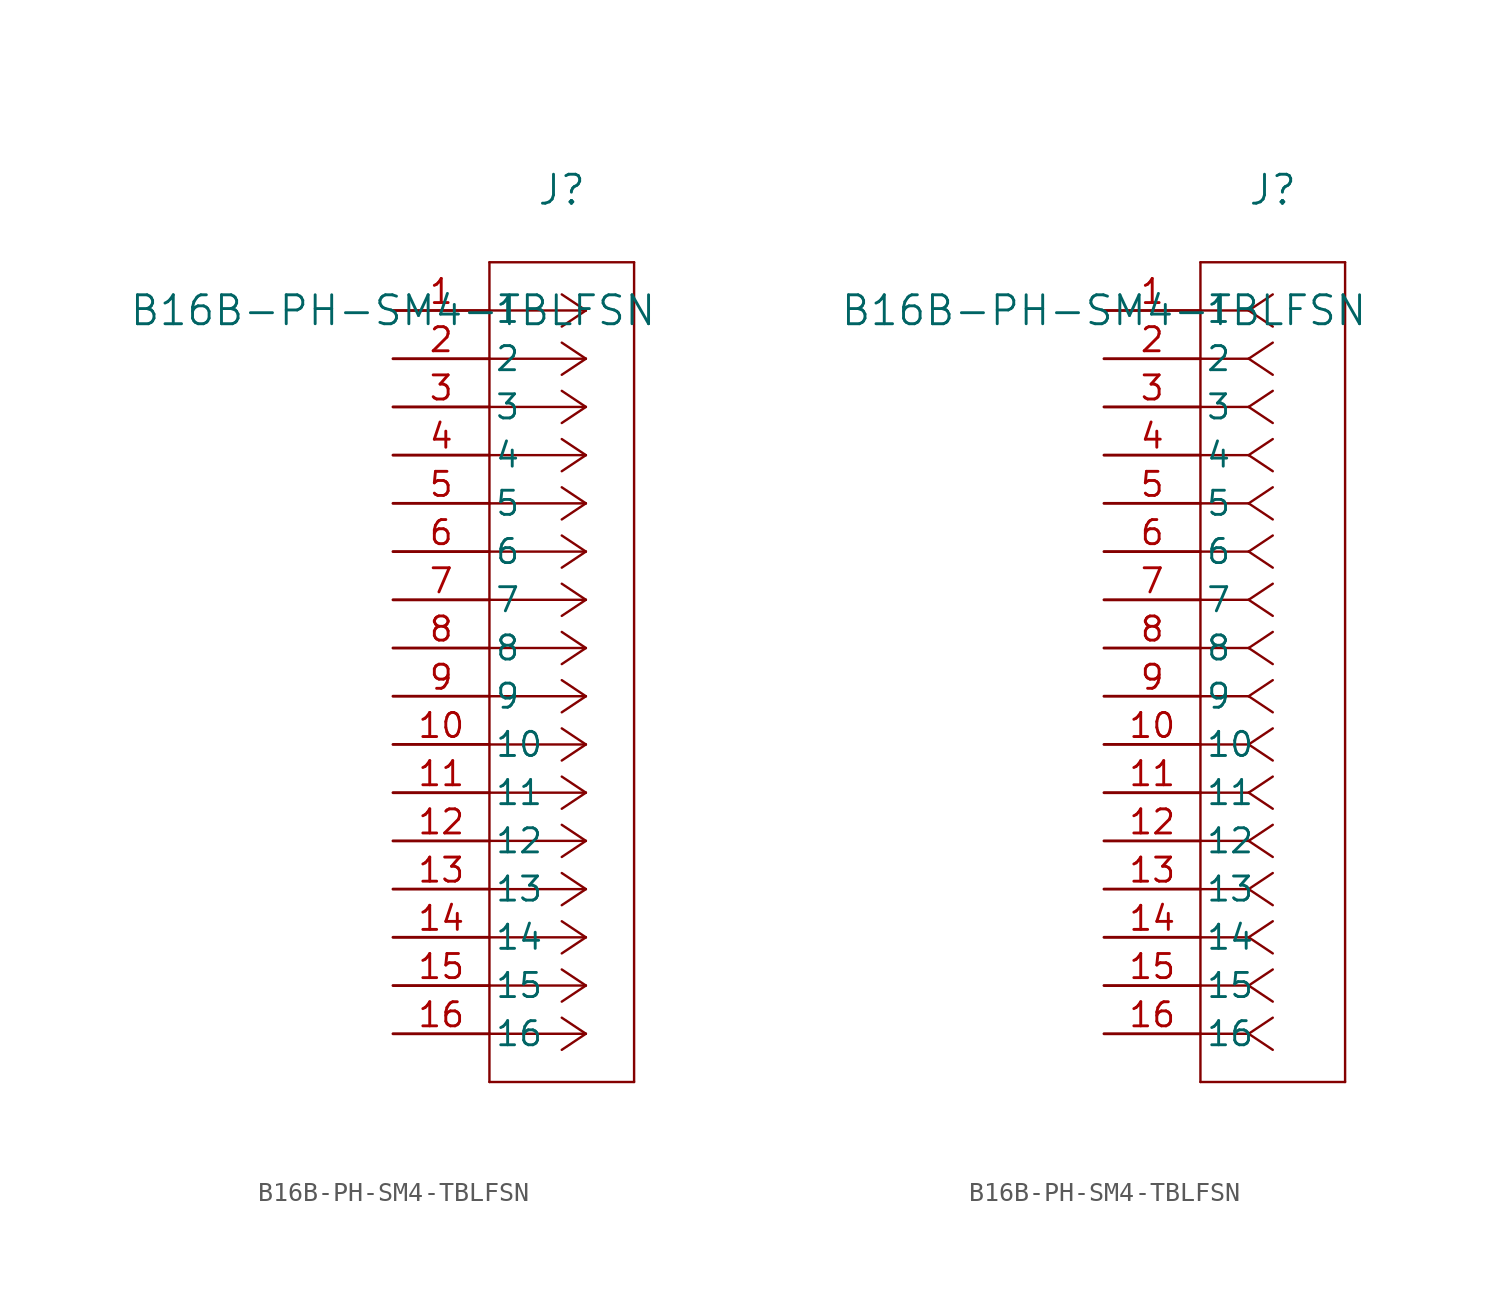
<source format=kicad_sym>
(kicad_symbol_lib
  (version 20211014)
  (generator kicad_symbol_editor)
  (symbol "B16B-PH-SM4-TBLFSN"
    (pin_names
      (offset 0.254))
    (property "Reference" "J"
      (at 8.89 6.35 0)
      (effects (font (size 1.524 1.524))))
    (property "Value" "B16B-PH-SM4-TBLFSN"
      (at 0 0 0)
      (effects (font (size 1.524 1.524))))
    (symbol "B16B-PH-SM4-TBLFSN_1_1"
      (polyline (pts (xy 10.16 0) (xy 5.08 0)) (stroke (width 0.127) (type default) (color 0 0 0 0)) (fill (type none)))
      (polyline (pts (xy 10.16 -2.54) (xy 5.08 -2.54)) (stroke (width 0.127) (type default) (color 0 0 0 0)) (fill (type none)))
      (polyline (pts (xy 10.16 -5.08) (xy 5.08 -5.08)) (stroke (width 0.127) (type default) (color 0 0 0 0)) (fill (type none)))
      (polyline (pts (xy 10.16 -7.62) (xy 5.08 -7.62)) (stroke (width 0.127) (type default) (color 0 0 0 0)) (fill (type none)))
      (polyline (pts (xy 10.16 -10.16) (xy 5.08 -10.16)) (stroke (width 0.127) (type default) (color 0 0 0 0)) (fill (type none)))
      (polyline (pts (xy 10.16 -12.7) (xy 5.08 -12.7)) (stroke (width 0.127) (type default) (color 0 0 0 0)) (fill (type none)))
      (polyline (pts (xy 10.16 -15.24) (xy 5.08 -15.24)) (stroke (width 0.127) (type default) (color 0 0 0 0)) (fill (type none)))
      (polyline (pts (xy 10.16 -17.78) (xy 5.08 -17.78)) (stroke (width 0.127) (type default) (color 0 0 0 0)) (fill (type none)))
      (polyline (pts (xy 10.16 -20.32) (xy 5.08 -20.32)) (stroke (width 0.127) (type default) (color 0 0 0 0)) (fill (type none)))
      (polyline (pts (xy 10.16 -22.86) (xy 5.08 -22.86)) (stroke (width 0.127) (type default) (color 0 0 0 0)) (fill (type none)))
      (polyline (pts (xy 10.16 -25.4) (xy 5.08 -25.4)) (stroke (width 0.127) (type default) (color 0 0 0 0)) (fill (type none)))
      (polyline (pts (xy 10.16 -27.94) (xy 5.08 -27.94)) (stroke (width 0.127) (type default) (color 0 0 0 0)) (fill (type none)))
      (polyline (pts (xy 10.16 -30.48) (xy 5.08 -30.48)) (stroke (width 0.127) (type default) (color 0 0 0 0)) (fill (type none)))
      (polyline (pts (xy 10.16 -33.02) (xy 5.08 -33.02)) (stroke (width 0.127) (type default) (color 0 0 0 0)) (fill (type none)))
      (polyline (pts (xy 10.16 -35.56) (xy 5.08 -35.56)) (stroke (width 0.127) (type default) (color 0 0 0 0)) (fill (type none)))
      (polyline (pts (xy 10.16 -38.1) (xy 5.08 -38.1)) (stroke (width 0.127) (type default) (color 0 0 0 0)) (fill (type none)))
      (polyline (pts (xy 10.16 0) (xy 8.89 0.847)) (stroke (width 0.127) (type default) (color 0 0 0 0)) (fill (type none)))
      (polyline (pts (xy 10.16 -2.54) (xy 8.89 -1.693)) (stroke (width 0.127) (type default) (color 0 0 0 0)) (fill (type none)))
      (polyline (pts (xy 10.16 -5.08) (xy 8.89 -4.233)) (stroke (width 0.127) (type default) (color 0 0 0 0)) (fill (type none)))
      (polyline (pts (xy 10.16 -7.62) (xy 8.89 -6.773)) (stroke (width 0.127) (type default) (color 0 0 0 0)) (fill (type none)))
      (polyline (pts (xy 10.16 -10.16) (xy 8.89 -9.313)) (stroke (width 0.127) (type default) (color 0 0 0 0)) (fill (type none)))
      (polyline (pts (xy 10.16 -12.7) (xy 8.89 -11.853)) (stroke (width 0.127) (type default) (color 0 0 0 0)) (fill (type none)))
      (polyline (pts (xy 10.16 -15.24) (xy 8.89 -14.393)) (stroke (width 0.127) (type default) (color 0 0 0 0)) (fill (type none)))
      (polyline (pts (xy 10.16 -17.78) (xy 8.89 -16.933)) (stroke (width 0.127) (type default) (color 0 0 0 0)) (fill (type none)))
      (polyline (pts (xy 10.16 -20.32) (xy 8.89 -19.473)) (stroke (width 0.127) (type default) (color 0 0 0 0)) (fill (type none)))
      (polyline (pts (xy 10.16 -22.86) (xy 8.89 -22.013)) (stroke (width 0.127) (type default) (color 0 0 0 0)) (fill (type none)))
      (polyline (pts (xy 10.16 -25.4) (xy 8.89 -24.553)) (stroke (width 0.127) (type default) (color 0 0 0 0)) (fill (type none)))
      (polyline (pts (xy 10.16 -27.94) (xy 8.89 -27.093)) (stroke (width 0.127) (type default) (color 0 0 0 0)) (fill (type none)))
      (polyline (pts (xy 10.16 -30.48) (xy 8.89 -29.633)) (stroke (width 0.127) (type default) (color 0 0 0 0)) (fill (type none)))
      (polyline (pts (xy 10.16 -33.02) (xy 8.89 -32.173)) (stroke (width 0.127) (type default) (color 0 0 0 0)) (fill (type none)))
      (polyline (pts (xy 10.16 -35.56) (xy 8.89 -34.713)) (stroke (width 0.127) (type default) (color 0 0 0 0)) (fill (type none)))
      (polyline (pts (xy 10.16 -38.1) (xy 8.89 -37.253)) (stroke (width 0.127) (type default) (color 0 0 0 0)) (fill (type none)))
      (polyline (pts (xy 10.16 0) (xy 8.89 -0.847)) (stroke (width 0.127) (type default) (color 0 0 0 0)) (fill (type none)))
      (polyline (pts (xy 10.16 -2.54) (xy 8.89 -3.387)) (stroke (width 0.127) (type default) (color 0 0 0 0)) (fill (type none)))
      (polyline (pts (xy 10.16 -5.08) (xy 8.89 -5.927)) (stroke (width 0.127) (type default) (color 0 0 0 0)) (fill (type none)))
      (polyline (pts (xy 10.16 -7.62) (xy 8.89 -8.467)) (stroke (width 0.127) (type default) (color 0 0 0 0)) (fill (type none)))
      (polyline (pts (xy 10.16 -10.16) (xy 8.89 -11.007)) (stroke (width 0.127) (type default) (color 0 0 0 0)) (fill (type none)))
      (polyline (pts (xy 10.16 -12.7) (xy 8.89 -13.547)) (stroke (width 0.127) (type default) (color 0 0 0 0)) (fill (type none)))
      (polyline (pts (xy 10.16 -15.24) (xy 8.89 -16.087)) (stroke (width 0.127) (type default) (color 0 0 0 0)) (fill (type none)))
      (polyline (pts (xy 10.16 -17.78) (xy 8.89 -18.627)) (stroke (width 0.127) (type default) (color 0 0 0 0)) (fill (type none)))
      (polyline (pts (xy 10.16 -20.32) (xy 8.89 -21.167)) (stroke (width 0.127) (type default) (color 0 0 0 0)) (fill (type none)))
      (polyline (pts (xy 10.16 -22.86) (xy 8.89 -23.707)) (stroke (width 0.127) (type default) (color 0 0 0 0)) (fill (type none)))
      (polyline (pts (xy 10.16 -25.4) (xy 8.89 -26.247)) (stroke (width 0.127) (type default) (color 0 0 0 0)) (fill (type none)))
      (polyline (pts (xy 10.16 -27.94) (xy 8.89 -28.787)) (stroke (width 0.127) (type default) (color 0 0 0 0)) (fill (type none)))
      (polyline (pts (xy 10.16 -30.48) (xy 8.89 -31.327)) (stroke (width 0.127) (type default) (color 0 0 0 0)) (fill (type none)))
      (polyline (pts (xy 10.16 -33.02) (xy 8.89 -33.867)) (stroke (width 0.127) (type default) (color 0 0 0 0)) (fill (type none)))
      (polyline (pts (xy 10.16 -35.56) (xy 8.89 -36.407)) (stroke (width 0.127) (type default) (color 0 0 0 0)) (fill (type none)))
      (polyline (pts (xy 10.16 -38.1) (xy 8.89 -38.947)) (stroke (width 0.127) (type default) (color 0 0 0 0)) (fill (type none)))
      (polyline (pts (xy 5.08 2.54) (xy 5.08 -40.64)) (stroke (width 0.127) (type default) (color 0 0 0 0)) (fill (type none)))
      (polyline (pts (xy 5.08 -40.64) (xy 12.7 -40.64)) (stroke (width 0.127) (type default) (color 0 0 0 0)) (fill (type none)))
      (polyline (pts (xy 12.7 -40.64) (xy 12.7 2.54)) (stroke (width 0.127) (type default) (color 0 0 0 0)) (fill (type none)))
      (polyline (pts (xy 12.7 2.54) (xy 5.08 2.54)) (stroke (width 0.127) (type default) (color 0 0 0 0)) (fill (type none)))
      (pin unspecified line (at 0 0 0) (length 5.08) (name "1" (effects (font (size 1.27 1.27)))) (number "1" (effects (font (size 1.27 1.27)))))
      (pin unspecified line (at 0 -2.54 0) (length 5.08) (name "2" (effects (font (size 1.27 1.27)))) (number "2" (effects (font (size 1.27 1.27)))))
      (pin unspecified line (at 0 -5.08 0) (length 5.08) (name "3" (effects (font (size 1.27 1.27)))) (number "3" (effects (font (size 1.27 1.27)))))
      (pin unspecified line (at 0 -7.62 0) (length 5.08) (name "4" (effects (font (size 1.27 1.27)))) (number "4" (effects (font (size 1.27 1.27)))))
      (pin unspecified line (at 0 -10.16 0) (length 5.08) (name "5" (effects (font (size 1.27 1.27)))) (number "5" (effects (font (size 1.27 1.27)))))
      (pin unspecified line (at 0 -12.7 0) (length 5.08) (name "6" (effects (font (size 1.27 1.27)))) (number "6" (effects (font (size 1.27 1.27)))))
      (pin unspecified line (at 0 -15.24 0) (length 5.08) (name "7" (effects (font (size 1.27 1.27)))) (number "7" (effects (font (size 1.27 1.27)))))
      (pin unspecified line (at 0 -17.78 0) (length 5.08) (name "8" (effects (font (size 1.27 1.27)))) (number "8" (effects (font (size 1.27 1.27)))))
      (pin unspecified line (at 0 -20.32 0) (length 5.08) (name "9" (effects (font (size 1.27 1.27)))) (number "9" (effects (font (size 1.27 1.27)))))
      (pin unspecified line (at 0 -22.86 0) (length 5.08) (name "10" (effects (font (size 1.27 1.27)))) (number "10" (effects (font (size 1.27 1.27)))))
      (pin unspecified line (at 0 -25.4 0) (length 5.08) (name "11" (effects (font (size 1.27 1.27)))) (number "11" (effects (font (size 1.27 1.27)))))
      (pin unspecified line (at 0 -27.94 0) (length 5.08) (name "12" (effects (font (size 1.27 1.27)))) (number "12" (effects (font (size 1.27 1.27)))))
      (pin unspecified line (at 0 -30.48 0) (length 5.08) (name "13" (effects (font (size 1.27 1.27)))) (number "13" (effects (font (size 1.27 1.27)))))
      (pin unspecified line (at 0 -33.02 0) (length 5.08) (name "14" (effects (font (size 1.27 1.27)))) (number "14" (effects (font (size 1.27 1.27)))))
      (pin unspecified line (at 0 -35.56 0) (length 5.08) (name "15" (effects (font (size 1.27 1.27)))) (number "15" (effects (font (size 1.27 1.27)))))
      (pin unspecified line (at 0 -38.1 0) (length 5.08) (name "16" (effects (font (size 1.27 1.27)))) (number "16" (effects (font (size 1.27 1.27))))))
    (symbol "B16B-PH-SM4-TBLFSN_1_2"
      (polyline (pts (xy 7.62 0) (xy 5.08 0)) (stroke (width 0.127) (type default) (color 0 0 0 0)) (fill (type none)))
      (polyline (pts (xy 7.62 -2.54) (xy 5.08 -2.54)) (stroke (width 0.127) (type default) (color 0 0 0 0)) (fill (type none)))
      (polyline (pts (xy 7.62 -5.08) (xy 5.08 -5.08)) (stroke (width 0.127) (type default) (color 0 0 0 0)) (fill (type none)))
      (polyline (pts (xy 7.62 -7.62) (xy 5.08 -7.62)) (stroke (width 0.127) (type default) (color 0 0 0 0)) (fill (type none)))
      (polyline (pts (xy 7.62 -10.16) (xy 5.08 -10.16)) (stroke (width 0.127) (type default) (color 0 0 0 0)) (fill (type none)))
      (polyline (pts (xy 7.62 -12.7) (xy 5.08 -12.7)) (stroke (width 0.127) (type default) (color 0 0 0 0)) (fill (type none)))
      (polyline (pts (xy 7.62 -15.24) (xy 5.08 -15.24)) (stroke (width 0.127) (type default) (color 0 0 0 0)) (fill (type none)))
      (polyline (pts (xy 7.62 -17.78) (xy 5.08 -17.78)) (stroke (width 0.127) (type default) (color 0 0 0 0)) (fill (type none)))
      (polyline (pts (xy 7.62 -20.32) (xy 5.08 -20.32)) (stroke (width 0.127) (type default) (color 0 0 0 0)) (fill (type none)))
      (polyline (pts (xy 7.62 -22.86) (xy 5.08 -22.86)) (stroke (width 0.127) (type default) (color 0 0 0 0)) (fill (type none)))
      (polyline (pts (xy 7.62 -25.4) (xy 5.08 -25.4)) (stroke (width 0.127) (type default) (color 0 0 0 0)) (fill (type none)))
      (polyline (pts (xy 7.62 -27.94) (xy 5.08 -27.94)) (stroke (width 0.127) (type default) (color 0 0 0 0)) (fill (type none)))
      (polyline (pts (xy 7.62 -30.48) (xy 5.08 -30.48)) (stroke (width 0.127) (type default) (color 0 0 0 0)) (fill (type none)))
      (polyline (pts (xy 7.62 -33.02) (xy 5.08 -33.02)) (stroke (width 0.127) (type default) (color 0 0 0 0)) (fill (type none)))
      (polyline (pts (xy 7.62 -35.56) (xy 5.08 -35.56)) (stroke (width 0.127) (type default) (color 0 0 0 0)) (fill (type none)))
      (polyline (pts (xy 7.62 -38.1) (xy 5.08 -38.1)) (stroke (width 0.127) (type default) (color 0 0 0 0)) (fill (type none)))
      (polyline (pts (xy 7.62 0) (xy 8.89 0.847)) (stroke (width 0.127) (type default) (color 0 0 0 0)) (fill (type none)))
      (polyline (pts (xy 7.62 -2.54) (xy 8.89 -1.693)) (stroke (width 0.127) (type default) (color 0 0 0 0)) (fill (type none)))
      (polyline (pts (xy 7.62 -5.08) (xy 8.89 -4.233)) (stroke (width 0.127) (type default) (color 0 0 0 0)) (fill (type none)))
      (polyline (pts (xy 7.62 -7.62) (xy 8.89 -6.773)) (stroke (width 0.127) (type default) (color 0 0 0 0)) (fill (type none)))
      (polyline (pts (xy 7.62 -10.16) (xy 8.89 -9.313)) (stroke (width 0.127) (type default) (color 0 0 0 0)) (fill (type none)))
      (polyline (pts (xy 7.62 -12.7) (xy 8.89 -11.853)) (stroke (width 0.127) (type default) (color 0 0 0 0)) (fill (type none)))
      (polyline (pts (xy 7.62 -15.24) (xy 8.89 -14.393)) (stroke (width 0.127) (type default) (color 0 0 0 0)) (fill (type none)))
      (polyline (pts (xy 7.62 -17.78) (xy 8.89 -16.933)) (stroke (width 0.127) (type default) (color 0 0 0 0)) (fill (type none)))
      (polyline (pts (xy 7.62 -20.32) (xy 8.89 -19.473)) (stroke (width 0.127) (type default) (color 0 0 0 0)) (fill (type none)))
      (polyline (pts (xy 7.62 -22.86) (xy 8.89 -22.013)) (stroke (width 0.127) (type default) (color 0 0 0 0)) (fill (type none)))
      (polyline (pts (xy 7.62 -25.4) (xy 8.89 -24.553)) (stroke (width 0.127) (type default) (color 0 0 0 0)) (fill (type none)))
      (polyline (pts (xy 7.62 -27.94) (xy 8.89 -27.093)) (stroke (width 0.127) (type default) (color 0 0 0 0)) (fill (type none)))
      (polyline (pts (xy 7.62 -30.48) (xy 8.89 -29.633)) (stroke (width 0.127) (type default) (color 0 0 0 0)) (fill (type none)))
      (polyline (pts (xy 7.62 -33.02) (xy 8.89 -32.173)) (stroke (width 0.127) (type default) (color 0 0 0 0)) (fill (type none)))
      (polyline (pts (xy 7.62 -35.56) (xy 8.89 -34.713)) (stroke (width 0.127) (type default) (color 0 0 0 0)) (fill (type none)))
      (polyline (pts (xy 7.62 -38.1) (xy 8.89 -37.253)) (stroke (width 0.127) (type default) (color 0 0 0 0)) (fill (type none)))
      (polyline (pts (xy 7.62 0) (xy 8.89 -0.847)) (stroke (width 0.127) (type default) (color 0 0 0 0)) (fill (type none)))
      (polyline (pts (xy 7.62 -2.54) (xy 8.89 -3.387)) (stroke (width 0.127) (type default) (color 0 0 0 0)) (fill (type none)))
      (polyline (pts (xy 7.62 -5.08) (xy 8.89 -5.927)) (stroke (width 0.127) (type default) (color 0 0 0 0)) (fill (type none)))
      (polyline (pts (xy 7.62 -7.62) (xy 8.89 -8.467)) (stroke (width 0.127) (type default) (color 0 0 0 0)) (fill (type none)))
      (polyline (pts (xy 7.62 -10.16) (xy 8.89 -11.007)) (stroke (width 0.127) (type default) (color 0 0 0 0)) (fill (type none)))
      (polyline (pts (xy 7.62 -12.7) (xy 8.89 -13.547)) (stroke (width 0.127) (type default) (color 0 0 0 0)) (fill (type none)))
      (polyline (pts (xy 7.62 -15.24) (xy 8.89 -16.087)) (stroke (width 0.127) (type default) (color 0 0 0 0)) (fill (type none)))
      (polyline (pts (xy 7.62 -17.78) (xy 8.89 -18.627)) (stroke (width 0.127) (type default) (color 0 0 0 0)) (fill (type none)))
      (polyline (pts (xy 7.62 -20.32) (xy 8.89 -21.167)) (stroke (width 0.127) (type default) (color 0 0 0 0)) (fill (type none)))
      (polyline (pts (xy 7.62 -22.86) (xy 8.89 -23.707)) (stroke (width 0.127) (type default) (color 0 0 0 0)) (fill (type none)))
      (polyline (pts (xy 7.62 -25.4) (xy 8.89 -26.247)) (stroke (width 0.127) (type default) (color 0 0 0 0)) (fill (type none)))
      (polyline (pts (xy 7.62 -27.94) (xy 8.89 -28.787)) (stroke (width 0.127) (type default) (color 0 0 0 0)) (fill (type none)))
      (polyline (pts (xy 7.62 -30.48) (xy 8.89 -31.327)) (stroke (width 0.127) (type default) (color 0 0 0 0)) (fill (type none)))
      (polyline (pts (xy 7.62 -33.02) (xy 8.89 -33.867)) (stroke (width 0.127) (type default) (color 0 0 0 0)) (fill (type none)))
      (polyline (pts (xy 7.62 -35.56) (xy 8.89 -36.407)) (stroke (width 0.127) (type default) (color 0 0 0 0)) (fill (type none)))
      (polyline (pts (xy 7.62 -38.1) (xy 8.89 -38.947)) (stroke (width 0.127) (type default) (color 0 0 0 0)) (fill (type none)))
      (polyline (pts (xy 5.08 2.54) (xy 5.08 -40.64)) (stroke (width 0.127) (type default) (color 0 0 0 0)) (fill (type none)))
      (polyline (pts (xy 5.08 -40.64) (xy 12.7 -40.64)) (stroke (width 0.127) (type default) (color 0 0 0 0)) (fill (type none)))
      (polyline (pts (xy 12.7 -40.64) (xy 12.7 2.54)) (stroke (width 0.127) (type default) (color 0 0 0 0)) (fill (type none)))
      (polyline (pts (xy 12.7 2.54) (xy 5.08 2.54)) (stroke (width 0.127) (type default) (color 0 0 0 0)) (fill (type none)))
      (pin unspecified line (at 0 0 0) (length 5.08) (name "1" (effects (font (size 1.27 1.27)))) (number "1" (effects (font (size 1.27 1.27)))))
      (pin unspecified line (at 0 -2.54 0) (length 5.08) (name "2" (effects (font (size 1.27 1.27)))) (number "2" (effects (font (size 1.27 1.27)))))
      (pin unspecified line (at 0 -5.08 0) (length 5.08) (name "3" (effects (font (size 1.27 1.27)))) (number "3" (effects (font (size 1.27 1.27)))))
      (pin unspecified line (at 0 -7.62 0) (length 5.08) (name "4" (effects (font (size 1.27 1.27)))) (number "4" (effects (font (size 1.27 1.27)))))
      (pin unspecified line (at 0 -10.16 0) (length 5.08) (name "5" (effects (font (size 1.27 1.27)))) (number "5" (effects (font (size 1.27 1.27)))))
      (pin unspecified line (at 0 -12.7 0) (length 5.08) (name "6" (effects (font (size 1.27 1.27)))) (number "6" (effects (font (size 1.27 1.27)))))
      (pin unspecified line (at 0 -15.24 0) (length 5.08) (name "7" (effects (font (size 1.27 1.27)))) (number "7" (effects (font (size 1.27 1.27)))))
      (pin unspecified line (at 0 -17.78 0) (length 5.08) (name "8" (effects (font (size 1.27 1.27)))) (number "8" (effects (font (size 1.27 1.27)))))
      (pin unspecified line (at 0 -20.32 0) (length 5.08) (name "9" (effects (font (size 1.27 1.27)))) (number "9" (effects (font (size 1.27 1.27)))))
      (pin unspecified line (at 0 -22.86 0) (length 5.08) (name "10" (effects (font (size 1.27 1.27)))) (number "10" (effects (font (size 1.27 1.27)))))
      (pin unspecified line (at 0 -25.4 0) (length 5.08) (name "11" (effects (font (size 1.27 1.27)))) (number "11" (effects (font (size 1.27 1.27)))))
      (pin unspecified line (at 0 -27.94 0) (length 5.08) (name "12" (effects (font (size 1.27 1.27)))) (number "12" (effects (font (size 1.27 1.27)))))
      (pin unspecified line (at 0 -30.48 0) (length 5.08) (name "13" (effects (font (size 1.27 1.27)))) (number "13" (effects (font (size 1.27 1.27)))))
      (pin unspecified line (at 0 -33.02 0) (length 5.08) (name "14" (effects (font (size 1.27 1.27)))) (number "14" (effects (font (size 1.27 1.27)))))
      (pin unspecified line (at 0 -35.56 0) (length 5.08) (name "15" (effects (font (size 1.27 1.27)))) (number "15" (effects (font (size 1.27 1.27)))))
      (pin unspecified line (at 0 -38.1 0) (length 5.08) (name "16" (effects (font (size 1.27 1.27)))) (number "16" (effects (font (size 1.27 1.27))))))))
</source>
